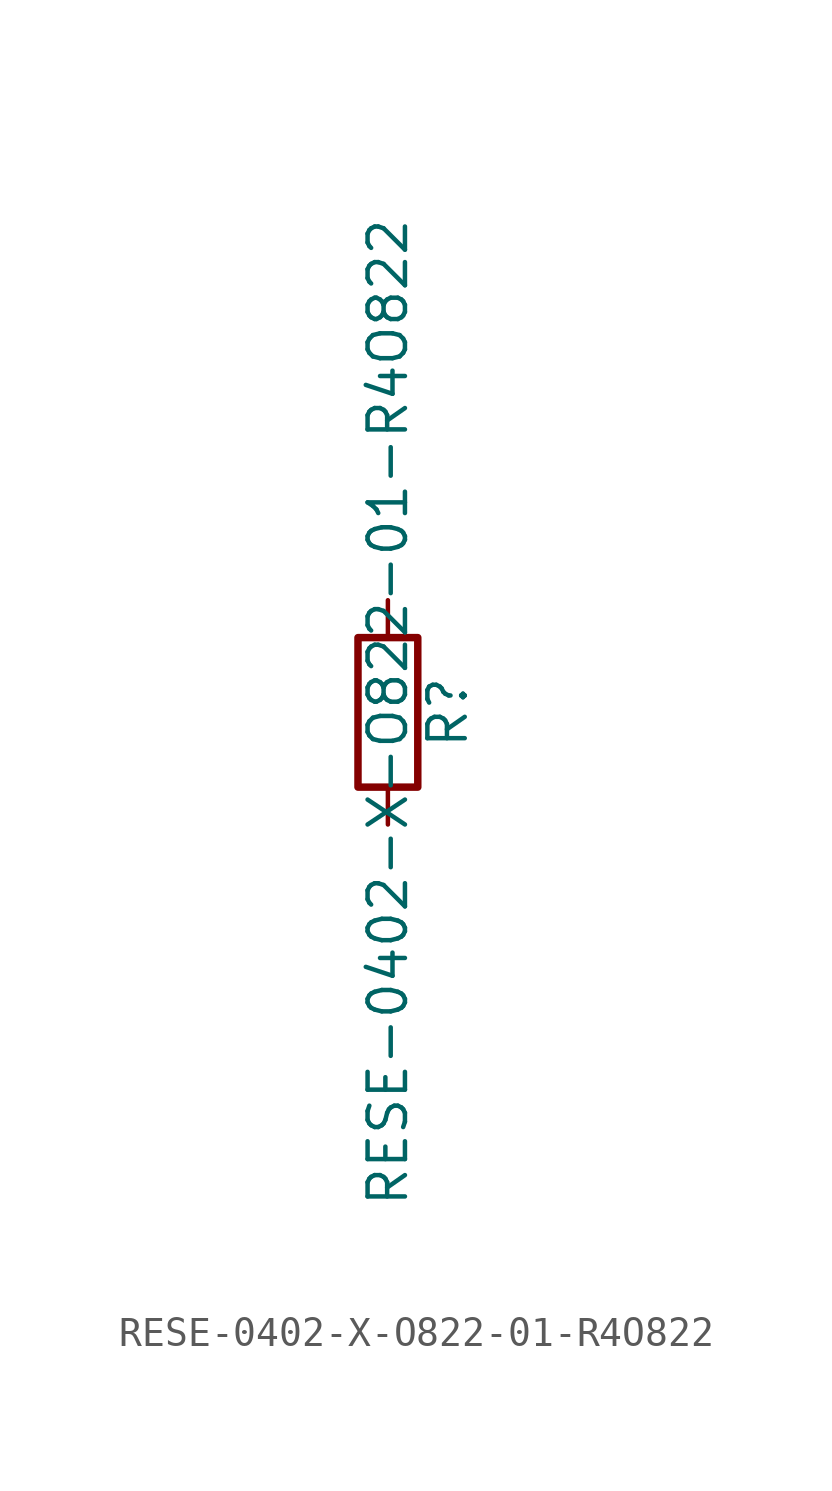
<source format=kicad_sym>
(kicad_symbol_lib
  (version 20211014)
  (generator kicad_symbol_editor)
  (symbol "RESE-0402-X-O822-01-R4O822"
    (pin_numbers hide)
    (pin_names
      (offset 0))
    (property "Reference" "R"
      (at 2.032 0 90)
      (effects (font (size 1.27 1.27))))
    (property "Value" "RESE-0402-X-O822-01-R4O822"
      (at 0 0 90)
      (effects (font (size 1.27 1.27))))
    (symbol "RESE-0402-X-O822-01-R4O822_0_1"
      (rectangle (start -1.016 -2.54) (end 1.016 2.54) (stroke (width 0.254) (type default) (color 0 0 0 0)) (fill (type none))))
    (symbol "RESE-0402-X-O822-01-R4O822_1_1"
      (pin passive line (at 0 3.81 270) (length 1.27) (name "~" (effects (font (size 1.27 1.27)))) (number "1" (effects (font (size 1.27 1.27)))))
      (pin passive line (at 0 -3.81 90) (length 1.27) (name "~" (effects (font (size 1.27 1.27)))) (number "2" (effects (font (size 1.27 1.27))))))))
</source>
